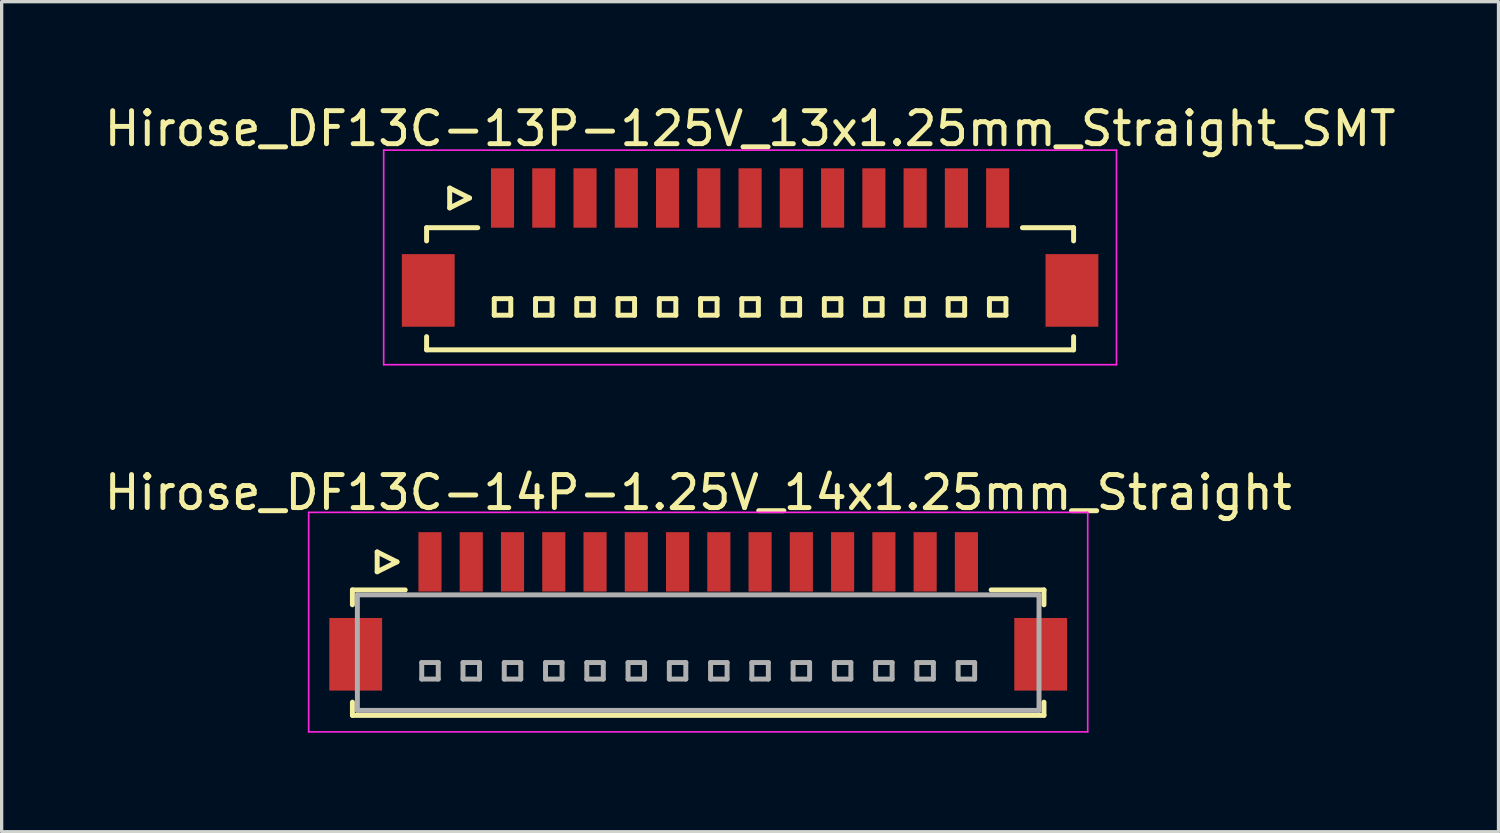
<source format=kicad_pcb>
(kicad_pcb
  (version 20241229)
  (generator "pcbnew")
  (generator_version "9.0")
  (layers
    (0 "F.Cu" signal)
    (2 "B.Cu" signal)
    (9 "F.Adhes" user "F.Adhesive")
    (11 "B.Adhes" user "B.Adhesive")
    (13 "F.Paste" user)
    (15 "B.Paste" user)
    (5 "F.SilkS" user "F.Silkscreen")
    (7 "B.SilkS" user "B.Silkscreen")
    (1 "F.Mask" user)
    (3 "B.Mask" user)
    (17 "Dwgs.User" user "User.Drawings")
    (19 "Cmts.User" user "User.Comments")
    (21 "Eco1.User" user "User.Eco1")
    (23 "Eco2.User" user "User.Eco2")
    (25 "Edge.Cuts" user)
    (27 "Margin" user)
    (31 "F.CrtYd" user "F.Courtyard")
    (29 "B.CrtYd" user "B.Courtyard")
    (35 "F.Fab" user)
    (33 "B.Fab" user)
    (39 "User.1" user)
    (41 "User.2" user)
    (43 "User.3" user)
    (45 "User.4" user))
  (footprint "Hirose_DF13C-14P-1.25V_14x1.25mm_Straight"
    (layer "F.Cu")
    (at 18.101 15.371)
    (property "Reference" "Hirose_DF13C-14P-1.25V_14x1.25mm_Straight" (at 0 -3.5 0) (layer "F.SilkS") (effects (font (size 1 1) (thickness 0.15))))
    (attr smd)
    (fp_line (start -10.475 -0.55) (end -10.475 -0.1) (stroke (width 0.15) (type solid)) (layer "F.SilkS"))
    (fp_line (start -10.475 -0.55) (end -8.875 -0.55) (stroke (width 0.15) (type solid)) (layer "F.SilkS"))
    (fp_line (start -10.475 3.25) (end -10.475 2.85) (stroke (width 0.15) (type solid)) (layer "F.SilkS"))
    (fp_line (start -10.475 3.25) (end 10.475 3.25) (stroke (width 0.15) (type solid)) (layer "F.SilkS"))
    (fp_line (start -9.725 -1.7) (end -9.725 -1.1) (stroke (width 0.15) (type solid)) (layer "F.SilkS"))
    (fp_line (start -9.725 -1.1) (end -9.125 -1.4) (stroke (width 0.15) (type solid)) (layer "F.SilkS"))
    (fp_line (start -9.125 -1.4) (end -9.725 -1.7) (stroke (width 0.15) (type solid)) (layer "F.SilkS"))
    (fp_line (start 10.475 -0.55) (end 8.875 -0.55) (stroke (width 0.15) (type solid)) (layer "F.SilkS"))
    (fp_line (start 10.475 -0.55) (end 10.475 -0.1) (stroke (width 0.15) (type solid)) (layer "F.SilkS"))
    (fp_line (start 10.475 3.25) (end 10.475 2.85) (stroke (width 0.15) (type solid)) (layer "F.SilkS"))
    (fp_line (start -11.8 -2.9) (end -11.8 3.75) (stroke (width 0.05) (type solid)) (layer "F.CrtYd"))
    (fp_line (start -11.8 3.75) (end 11.8 3.75) (stroke (width 0.05) (type solid)) (layer "F.CrtYd"))
    (fp_line (start 11.8 -2.9) (end -11.8 -2.9) (stroke (width 0.05) (type solid)) (layer "F.CrtYd"))
    (fp_line (start 11.8 3.75) (end 11.8 -2.9) (stroke (width 0.05) (type solid)) (layer "F.CrtYd"))
    (fp_line (start -10.325 -0.4) (end -10.325 3.1) (stroke (width 0.15) (type solid)) (layer "F.Fab"))
    (fp_line (start -10.325 3.1) (end 10.325 3.1) (stroke (width 0.15) (type solid)) (layer "F.Fab"))
    (fp_line (start -8.375 1.65) (end -8.375 2.15) (stroke (width 0.15) (type solid)) (layer "F.Fab"))
    (fp_line (start -8.375 2.15) (end -7.875 2.15) (stroke (width 0.15) (type solid)) (layer "F.Fab"))
    (fp_line (start -7.875 1.65) (end -8.375 1.65) (stroke (width 0.15) (type solid)) (layer "F.Fab"))
    (fp_line (start -7.875 2.15) (end -7.875 1.65) (stroke (width 0.15) (type solid)) (layer "F.Fab"))
    (fp_line (start -7.125 1.65) (end -7.125 2.15) (stroke (width 0.15) (type solid)) (layer "F.Fab"))
    (fp_line (start -7.125 2.15) (end -6.625 2.15) (stroke (width 0.15) (type solid)) (layer "F.Fab"))
    (fp_line (start -6.625 1.65) (end -7.125 1.65) (stroke (width 0.15) (type solid)) (layer "F.Fab"))
    (fp_line (start -6.625 2.15) (end -6.625 1.65) (stroke (width 0.15) (type solid)) (layer "F.Fab"))
    (fp_line (start -5.875 1.65) (end -5.875 2.15) (stroke (width 0.15) (type solid)) (layer "F.Fab"))
    (fp_line (start -5.875 2.15) (end -5.375 2.15) (stroke (width 0.15) (type solid)) (layer "F.Fab"))
    (fp_line (start -5.375 1.65) (end -5.875 1.65) (stroke (width 0.15) (type solid)) (layer "F.Fab"))
    (fp_line (start -5.375 2.15) (end -5.375 1.65) (stroke (width 0.15) (type solid)) (layer "F.Fab"))
    (fp_line (start -4.625 1.65) (end -4.625 2.15) (stroke (width 0.15) (type solid)) (layer "F.Fab"))
    (fp_line (start -4.625 2.15) (end -4.125 2.15) (stroke (width 0.15) (type solid)) (layer "F.Fab"))
    (fp_line (start -4.125 1.65) (end -4.625 1.65) (stroke (width 0.15) (type solid)) (layer "F.Fab"))
    (fp_line (start -4.125 2.15) (end -4.125 1.65) (stroke (width 0.15) (type solid)) (layer "F.Fab"))
    (fp_line (start -3.375 1.65) (end -3.375 2.15) (stroke (width 0.15) (type solid)) (layer "F.Fab"))
    (fp_line (start -3.375 2.15) (end -2.875 2.15) (stroke (width 0.15) (type solid)) (layer "F.Fab"))
    (fp_line (start -2.875 1.65) (end -3.375 1.65) (stroke (width 0.15) (type solid)) (layer "F.Fab"))
    (fp_line (start -2.875 2.15) (end -2.875 1.65) (stroke (width 0.15) (type solid)) (layer "F.Fab"))
    (fp_line (start -2.125 1.65) (end -2.125 2.15) (stroke (width 0.15) (type solid)) (layer "F.Fab"))
    (fp_line (start -2.125 2.15) (end -1.625 2.15) (stroke (width 0.15) (type solid)) (layer "F.Fab"))
    (fp_line (start -1.625 1.65) (end -2.125 1.65) (stroke (width 0.15) (type solid)) (layer "F.Fab"))
    (fp_line (start -1.625 2.15) (end -1.625 1.65) (stroke (width 0.15) (type solid)) (layer "F.Fab"))
    (fp_line (start -0.875 1.65) (end -0.875 2.15) (stroke (width 0.15) (type solid)) (layer "F.Fab"))
    (fp_line (start -0.875 2.15) (end -0.375 2.15) (stroke (width 0.15) (type solid)) (layer "F.Fab"))
    (fp_line (start -0.375 1.65) (end -0.875 1.65) (stroke (width 0.15) (type solid)) (layer "F.Fab"))
    (fp_line (start -0.375 2.15) (end -0.375 1.65) (stroke (width 0.15) (type solid)) (layer "F.Fab"))
    (fp_line (start 0.375 1.65) (end 0.375 2.15) (stroke (width 0.15) (type solid)) (layer "F.Fab"))
    (fp_line (start 0.375 2.15) (end 0.875 2.15) (stroke (width 0.15) (type solid)) (layer "F.Fab"))
    (fp_line (start 0.875 1.65) (end 0.375 1.65) (stroke (width 0.15) (type solid)) (layer "F.Fab"))
    (fp_line (start 0.875 2.15) (end 0.875 1.65) (stroke (width 0.15) (type solid)) (layer "F.Fab"))
    (fp_line (start 1.625 1.65) (end 1.625 2.15) (stroke (width 0.15) (type solid)) (layer "F.Fab"))
    (fp_line (start 1.625 2.15) (end 2.125 2.15) (stroke (width 0.15) (type solid)) (layer "F.Fab"))
    (fp_line (start 2.125 1.65) (end 1.625 1.65) (stroke (width 0.15) (type solid)) (layer "F.Fab"))
    (fp_line (start 2.125 2.15) (end 2.125 1.65) (stroke (width 0.15) (type solid)) (layer "F.Fab"))
    (fp_line (start 2.875 1.65) (end 2.875 2.15) (stroke (width 0.15) (type solid)) (layer "F.Fab"))
    (fp_line (start 2.875 2.15) (end 3.375 2.15) (stroke (width 0.15) (type solid)) (layer "F.Fab"))
    (fp_line (start 3.375 1.65) (end 2.875 1.65) (stroke (width 0.15) (type solid)) (layer "F.Fab"))
    (fp_line (start 3.375 2.15) (end 3.375 1.65) (stroke (width 0.15) (type solid)) (layer "F.Fab"))
    (fp_line (start 4.125 1.65) (end 4.125 2.15) (stroke (width 0.15) (type solid)) (layer "F.Fab"))
    (fp_line (start 4.125 2.15) (end 4.625 2.15) (stroke (width 0.15) (type solid)) (layer "F.Fab"))
    (fp_line (start 4.625 1.65) (end 4.125 1.65) (stroke (width 0.15) (type solid)) (layer "F.Fab"))
    (fp_line (start 4.625 2.15) (end 4.625 1.65) (stroke (width 0.15) (type solid)) (layer "F.Fab"))
    (fp_line (start 5.375 1.65) (end 5.375 2.15) (stroke (width 0.15) (type solid)) (layer "F.Fab"))
    (fp_line (start 5.375 2.15) (end 5.875 2.15) (stroke (width 0.15) (type solid)) (layer "F.Fab"))
    (fp_line (start 5.875 1.65) (end 5.375 1.65) (stroke (width 0.15) (type solid)) (layer "F.Fab"))
    (fp_line (start 5.875 2.15) (end 5.875 1.65) (stroke (width 0.15) (type solid)) (layer "F.Fab"))
    (fp_line (start 6.625 1.65) (end 6.625 2.15) (stroke (width 0.15) (type solid)) (layer "F.Fab"))
    (fp_line (start 6.625 2.15) (end 7.125 2.15) (stroke (width 0.15) (type solid)) (layer "F.Fab"))
    (fp_line (start 7.125 1.65) (end 6.625 1.65) (stroke (width 0.15) (type solid)) (layer "F.Fab"))
    (fp_line (start 7.125 2.15) (end 7.125 1.65) (stroke (width 0.15) (type solid)) (layer "F.Fab"))
    (fp_line (start 7.875 1.65) (end 7.875 2.15) (stroke (width 0.15) (type solid)) (layer "F.Fab"))
    (fp_line (start 7.875 2.15) (end 8.375 2.15) (stroke (width 0.15) (type solid)) (layer "F.Fab"))
    (fp_line (start 8.375 1.65) (end 7.875 1.65) (stroke (width 0.15) (type solid)) (layer "F.Fab"))
    (fp_line (start 8.375 2.15) (end 8.375 1.65) (stroke (width 0.15) (type solid)) (layer "F.Fab"))
    (fp_line (start 10.325 -0.4) (end -10.325 -0.4) (stroke (width 0.15) (type solid)) (layer "F.Fab"))
    (fp_line (start 10.325 3.1) (end 10.325 -0.4) (stroke (width 0.15) (type solid)) (layer "F.Fab"))
    (pad "" smd rect (at -10.375 1.4) (size 1.6 2.2) (layers "F.Cu" "F.Mask" "F.Paste"))
    (pad "" smd rect (at 10.375 1.4) (size 1.6 2.2) (layers "F.Cu" "F.Mask" "F.Paste"))
    (pad "1" smd rect (at -8.125 -1.4) (size 0.7 1.8) (layers "F.Cu" "F.Mask" "F.Paste"))
    (pad "2" smd rect (at -6.875 -1.4) (size 0.7 1.8) (layers "F.Cu" "F.Mask" "F.Paste"))
    (pad "3" smd rect (at -5.625 -1.4) (size 0.7 1.8) (layers "F.Cu" "F.Mask" "F.Paste"))
    (pad "4" smd rect (at -4.375 -1.4) (size 0.7 1.8) (layers "F.Cu" "F.Mask" "F.Paste"))
    (pad "5" smd rect (at -3.125 -1.4) (size 0.7 1.8) (layers "F.Cu" "F.Mask" "F.Paste"))
    (pad "6" smd rect (at -1.875 -1.4) (size 0.7 1.8) (layers "F.Cu" "F.Mask" "F.Paste"))
    (pad "7" smd rect (at -0.625 -1.4) (size 0.7 1.8) (layers "F.Cu" "F.Mask" "F.Paste"))
    (pad "8" smd rect (at 0.625 -1.4) (size 0.7 1.8) (layers "F.Cu" "F.Mask" "F.Paste"))
    (pad "9" smd rect (at 1.875 -1.4) (size 0.7 1.8) (layers "F.Cu" "F.Mask" "F.Paste"))
    (pad "10" smd rect (at 3.125 -1.4) (size 0.7 1.8) (layers "F.Cu" "F.Mask" "F.Paste"))
    (pad "11" smd rect (at 4.375 -1.4) (size 0.7 1.8) (layers "F.Cu" "F.Mask" "F.Paste"))
    (pad "12" smd rect (at 5.625 -1.4) (size 0.7 1.8) (layers "F.Cu" "F.Mask" "F.Paste"))
    (pad "13" smd rect (at 6.875 -1.4) (size 0.7 1.8) (layers "F.Cu" "F.Mask" "F.Paste"))
    (pad "14" smd rect (at 8.125 -1.4) (size 0.7 1.8) (layers "F.Cu" "F.Mask" "F.Paste")))
  (footprint "Hirose_DF13C-13P-125V_13x1.25mm_Straight_SMT"
    (layer "F.Cu")
    (at 19.673 4.348)
    (property "Reference" "Hirose_DF13C-13P-125V_13x1.25mm_Straight_SMT" (at 0 -3.5 0) (layer "F.SilkS") (effects (font (size 1 1) (thickness 0.15))))
    (attr smd)
    (fp_line (start -9.8 -0.5) (end -9.8 -0.1) (stroke (width 0.15) (type solid)) (layer "F.SilkS"))
    (fp_line (start -9.8 -0.5) (end -8.25 -0.5) (stroke (width 0.15) (type solid)) (layer "F.SilkS"))
    (fp_line (start -9.8 3.2) (end -9.8 2.8) (stroke (width 0.15) (type solid)) (layer "F.SilkS"))
    (fp_line (start -9.8 3.2) (end 9.8 3.2) (stroke (width 0.15) (type solid)) (layer "F.SilkS"))
    (fp_line (start -9.1 -1.7) (end -9.1 -1.1) (stroke (width 0.15) (type solid)) (layer "F.SilkS"))
    (fp_line (start -9.1 -1.1) (end -8.5 -1.4) (stroke (width 0.15) (type solid)) (layer "F.SilkS"))
    (fp_line (start -8.5 -1.4) (end -9.1 -1.7) (stroke (width 0.15) (type solid)) (layer "F.SilkS"))
    (fp_line (start -7.75 1.65) (end -7.75 2.15) (stroke (width 0.15) (type solid)) (layer "F.SilkS"))
    (fp_line (start -7.75 2.15) (end -7.25 2.15) (stroke (width 0.15) (type solid)) (layer "F.SilkS"))
    (fp_line (start -7.25 1.65) (end -7.75 1.65) (stroke (width 0.15) (type solid)) (layer "F.SilkS"))
    (fp_line (start -7.25 2.15) (end -7.25 1.65) (stroke (width 0.15) (type solid)) (layer "F.SilkS"))
    (fp_line (start -6.5 1.65) (end -6.5 2.15) (stroke (width 0.15) (type solid)) (layer "F.SilkS"))
    (fp_line (start -6.5 2.15) (end -6 2.15) (stroke (width 0.15) (type solid)) (layer "F.SilkS"))
    (fp_line (start -6 1.65) (end -6.5 1.65) (stroke (width 0.15) (type solid)) (layer "F.SilkS"))
    (fp_line (start -6 2.15) (end -6 1.65) (stroke (width 0.15) (type solid)) (layer "F.SilkS"))
    (fp_line (start -5.25 1.65) (end -5.25 2.15) (stroke (width 0.15) (type solid)) (layer "F.SilkS"))
    (fp_line (start -5.25 2.15) (end -4.75 2.15) (stroke (width 0.15) (type solid)) (layer "F.SilkS"))
    (fp_line (start -4.75 1.65) (end -5.25 1.65) (stroke (width 0.15) (type solid)) (layer "F.SilkS"))
    (fp_line (start -4.75 2.15) (end -4.75 1.65) (stroke (width 0.15) (type solid)) (layer "F.SilkS"))
    (fp_line (start -4 1.65) (end -4 2.15) (stroke (width 0.15) (type solid)) (layer "F.SilkS"))
    (fp_line (start -4 2.15) (end -3.5 2.15) (stroke (width 0.15) (type solid)) (layer "F.SilkS"))
    (fp_line (start -3.5 1.65) (end -4 1.65) (stroke (width 0.15) (type solid)) (layer "F.SilkS"))
    (fp_line (start -3.5 2.15) (end -3.5 1.65) (stroke (width 0.15) (type solid)) (layer "F.SilkS"))
    (fp_line (start -2.75 1.65) (end -2.75 2.15) (stroke (width 0.15) (type solid)) (layer "F.SilkS"))
    (fp_line (start -2.75 2.15) (end -2.25 2.15) (stroke (width 0.15) (type solid)) (layer "F.SilkS"))
    (fp_line (start -2.25 1.65) (end -2.75 1.65) (stroke (width 0.15) (type solid)) (layer "F.SilkS"))
    (fp_line (start -2.25 2.15) (end -2.25 1.65) (stroke (width 0.15) (type solid)) (layer "F.SilkS"))
    (fp_line (start -1.5 1.65) (end -1.5 2.15) (stroke (width 0.15) (type solid)) (layer "F.SilkS"))
    (fp_line (start -1.5 2.15) (end -1 2.15) (stroke (width 0.15) (type solid)) (layer "F.SilkS"))
    (fp_line (start -1 1.65) (end -1.5 1.65) (stroke (width 0.15) (type solid)) (layer "F.SilkS"))
    (fp_line (start -1 2.15) (end -1 1.65) (stroke (width 0.15) (type solid)) (layer "F.SilkS"))
    (fp_line (start -0.25 1.65) (end -0.25 2.15) (stroke (width 0.15) (type solid)) (layer "F.SilkS"))
    (fp_line (start -0.25 2.15) (end 0.25 2.15) (stroke (width 0.15) (type solid)) (layer "F.SilkS"))
    (fp_line (start 0.25 1.65) (end -0.25 1.65) (stroke (width 0.15) (type solid)) (layer "F.SilkS"))
    (fp_line (start 0.25 2.15) (end 0.25 1.65) (stroke (width 0.15) (type solid)) (layer "F.SilkS"))
    (fp_line (start 1 1.65) (end 1 2.15) (stroke (width 0.15) (type solid)) (layer "F.SilkS"))
    (fp_line (start 1 2.15) (end 1.5 2.15) (stroke (width 0.15) (type solid)) (layer "F.SilkS"))
    (fp_line (start 1.5 1.65) (end 1 1.65) (stroke (width 0.15) (type solid)) (layer "F.SilkS"))
    (fp_line (start 1.5 2.15) (end 1.5 1.65) (stroke (width 0.15) (type solid)) (layer "F.SilkS"))
    (fp_line (start 2.25 1.65) (end 2.25 2.15) (stroke (width 0.15) (type solid)) (layer "F.SilkS"))
    (fp_line (start 2.25 2.15) (end 2.75 2.15) (stroke (width 0.15) (type solid)) (layer "F.SilkS"))
    (fp_line (start 2.75 1.65) (end 2.25 1.65) (stroke (width 0.15) (type solid)) (layer "F.SilkS"))
    (fp_line (start 2.75 2.15) (end 2.75 1.65) (stroke (width 0.15) (type solid)) (layer "F.SilkS"))
    (fp_line (start 3.5 1.65) (end 3.5 2.15) (stroke (width 0.15) (type solid)) (layer "F.SilkS"))
    (fp_line (start 3.5 2.15) (end 4 2.15) (stroke (width 0.15) (type solid)) (layer "F.SilkS"))
    (fp_line (start 4 1.65) (end 3.5 1.65) (stroke (width 0.15) (type solid)) (layer "F.SilkS"))
    (fp_line (start 4 2.15) (end 4 1.65) (stroke (width 0.15) (type solid)) (layer "F.SilkS"))
    (fp_line (start 4.75 1.65) (end 4.75 2.15) (stroke (width 0.15) (type solid)) (layer "F.SilkS"))
    (fp_line (start 4.75 2.15) (end 5.25 2.15) (stroke (width 0.15) (type solid)) (layer "F.SilkS"))
    (fp_line (start 5.25 1.65) (end 4.75 1.65) (stroke (width 0.15) (type solid)) (layer "F.SilkS"))
    (fp_line (start 5.25 2.15) (end 5.25 1.65) (stroke (width 0.15) (type solid)) (layer "F.SilkS"))
    (fp_line (start 6 1.65) (end 6 2.15) (stroke (width 0.15) (type solid)) (layer "F.SilkS"))
    (fp_line (start 6 2.15) (end 6.5 2.15) (stroke (width 0.15) (type solid)) (layer "F.SilkS"))
    (fp_line (start 6.5 1.65) (end 6 1.65) (stroke (width 0.15) (type solid)) (layer "F.SilkS"))
    (fp_line (start 6.5 2.15) (end 6.5 1.65) (stroke (width 0.15) (type solid)) (layer "F.SilkS"))
    (fp_line (start 7.25 1.65) (end 7.25 2.15) (stroke (width 0.15) (type solid)) (layer "F.SilkS"))
    (fp_line (start 7.25 2.15) (end 7.75 2.15) (stroke (width 0.15) (type solid)) (layer "F.SilkS"))
    (fp_line (start 7.75 1.65) (end 7.25 1.65) (stroke (width 0.15) (type solid)) (layer "F.SilkS"))
    (fp_line (start 7.75 2.15) (end 7.75 1.65) (stroke (width 0.15) (type solid)) (layer "F.SilkS"))
    (fp_line (start 9.8 -0.5) (end 8.25 -0.5) (stroke (width 0.15) (type solid)) (layer "F.SilkS"))
    (fp_line (start 9.8 -0.5) (end 9.8 -0.1) (stroke (width 0.15) (type solid)) (layer "F.SilkS"))
    (fp_line (start 9.8 3.2) (end 9.8 2.8) (stroke (width 0.15) (type solid)) (layer "F.SilkS"))
    (fp_line (start -11.1 -2.85) (end -11.1 3.65) (stroke (width 0.05) (type solid)) (layer "F.CrtYd"))
    (fp_line (start -11.1 3.65) (end 11.1 3.65) (stroke (width 0.05) (type solid)) (layer "F.CrtYd"))
    (fp_line (start 11.1 -2.85) (end -11.1 -2.85) (stroke (width 0.05) (type solid)) (layer "F.CrtYd"))
    (fp_line (start 11.1 3.65) (end 11.1 -2.85) (stroke (width 0.05) (type solid)) (layer "F.CrtYd"))
    (pad "" smd rect (at -9.75 1.4) (size 1.6 2.2) (layers "F.Cu" "F.Mask" "F.Paste"))
    (pad "" smd rect (at 9.75 1.4) (size 1.6 2.2) (layers "F.Cu" "F.Mask" "F.Paste"))
    (pad "1" smd rect (at -7.5 -1.4) (size 0.7 1.8) (layers "F.Cu" "F.Mask" "F.Paste"))
    (pad "2" smd rect (at -6.25 -1.4) (size 0.7 1.8) (layers "F.Cu" "F.Mask" "F.Paste"))
    (pad "3" smd rect (at -5 -1.4) (size 0.7 1.8) (layers "F.Cu" "F.Mask" "F.Paste"))
    (pad "4" smd rect (at -3.75 -1.4) (size 0.7 1.8) (layers "F.Cu" "F.Mask" "F.Paste"))
    (pad "5" smd rect (at -2.5 -1.4) (size 0.7 1.8) (layers "F.Cu" "F.Mask" "F.Paste"))
    (pad "6" smd rect (at -1.25 -1.4) (size 0.7 1.8) (layers "F.Cu" "F.Mask" "F.Paste"))
    (pad "7" smd rect (at 0 -1.4) (size 0.7 1.8) (layers "F.Cu" "F.Mask" "F.Paste"))
    (pad "8" smd rect (at 1.25 -1.4) (size 0.7 1.8) (layers "F.Cu" "F.Mask" "F.Paste"))
    (pad "9" smd rect (at 2.5 -1.4) (size 0.7 1.8) (layers "F.Cu" "F.Mask" "F.Paste"))
    (pad "10" smd rect (at 3.75 -1.4) (size 0.7 1.8) (layers "F.Cu" "F.Mask" "F.Paste"))
    (pad "11" smd rect (at 5 -1.4) (size 0.7 1.8) (layers "F.Cu" "F.Mask" "F.Paste"))
    (pad "12" smd rect (at 6.25 -1.4) (size 0.7 1.8) (layers "F.Cu" "F.Mask" "F.Paste"))
    (pad "13" smd rect (at 7.5 -1.4) (size 0.7 1.8) (layers "F.Cu" "F.Mask" "F.Paste")))
  (gr_rect
    (start -3 -3)
    (end 42.345 22.146)
    (stroke (width 0.1) (type default))
    (fill no)
    (layer "Edge.Cuts")))
</source>
